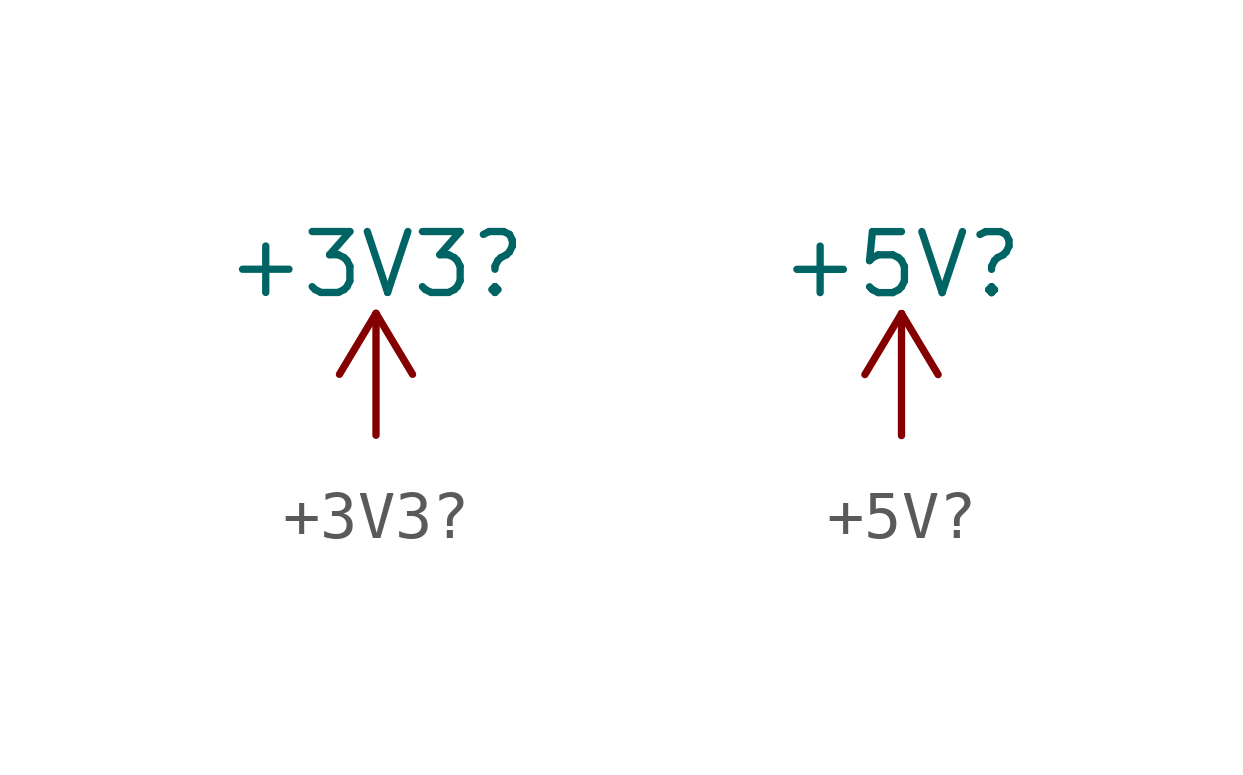
<source format=kicad_sym>
(kicad_symbol_lib
  (version 20220914)
  (generator kicad_symbol_editor)
  (symbol "+3V3?"
    (power)
    (pin_names
      (offset 0))
    (property "Reference" "#PWR"
      (at 0 -3.81 0)
      (effects (font (size 1.27 1.27)) hide))
    (property "Value" "+3V3?"
      (at 0 3.556 0)
      (effects (font (size 1.27 1.27))))
    (symbol "+3V3?_0_1"
      (polyline (pts (xy -0.762 1.27) (xy 0 2.54)) (stroke (width 0) (type default)) (fill (type none)))
      (polyline (pts (xy 0 0) (xy 0 2.54)) (stroke (width 0) (type default)) (fill (type none)))
      (polyline (pts (xy 0 2.54) (xy 0.762 1.27)) (stroke (width 0) (type default)) (fill (type none))))
    (symbol "+3V3?_1_1"
      (pin power_in line (at 0 0 90) (length 0) hide (name "+3V3?" (effects (font (size 1.27 1.27)))) (number "1" (effects (font (size 1.27 1.27)))))))
  (symbol "+5V?"
    (power)
    (pin_names
      (offset 0))
    (property "Reference" "#PWR"
      (at 0 -3.81 0)
      (effects (font (size 1.27 1.27)) hide))
    (property "Value" "+5V?"
      (at 0 3.556 0)
      (effects (font (size 1.27 1.27))))
    (symbol "+5V?_0_1"
      (polyline (pts (xy -0.762 1.27) (xy 0 2.54)) (stroke (width 0) (type default)) (fill (type none)))
      (polyline (pts (xy 0 0) (xy 0 2.54)) (stroke (width 0) (type default)) (fill (type none)))
      (polyline (pts (xy 0 2.54) (xy 0.762 1.27)) (stroke (width 0) (type default)) (fill (type none))))
    (symbol "+5V?_1_1"
      (pin power_in line (at 0 0 90) (length 0) hide (name "+5V?" (effects (font (size 1.27 1.27)))) (number "1" (effects (font (size 1.27 1.27))))))))
</source>
